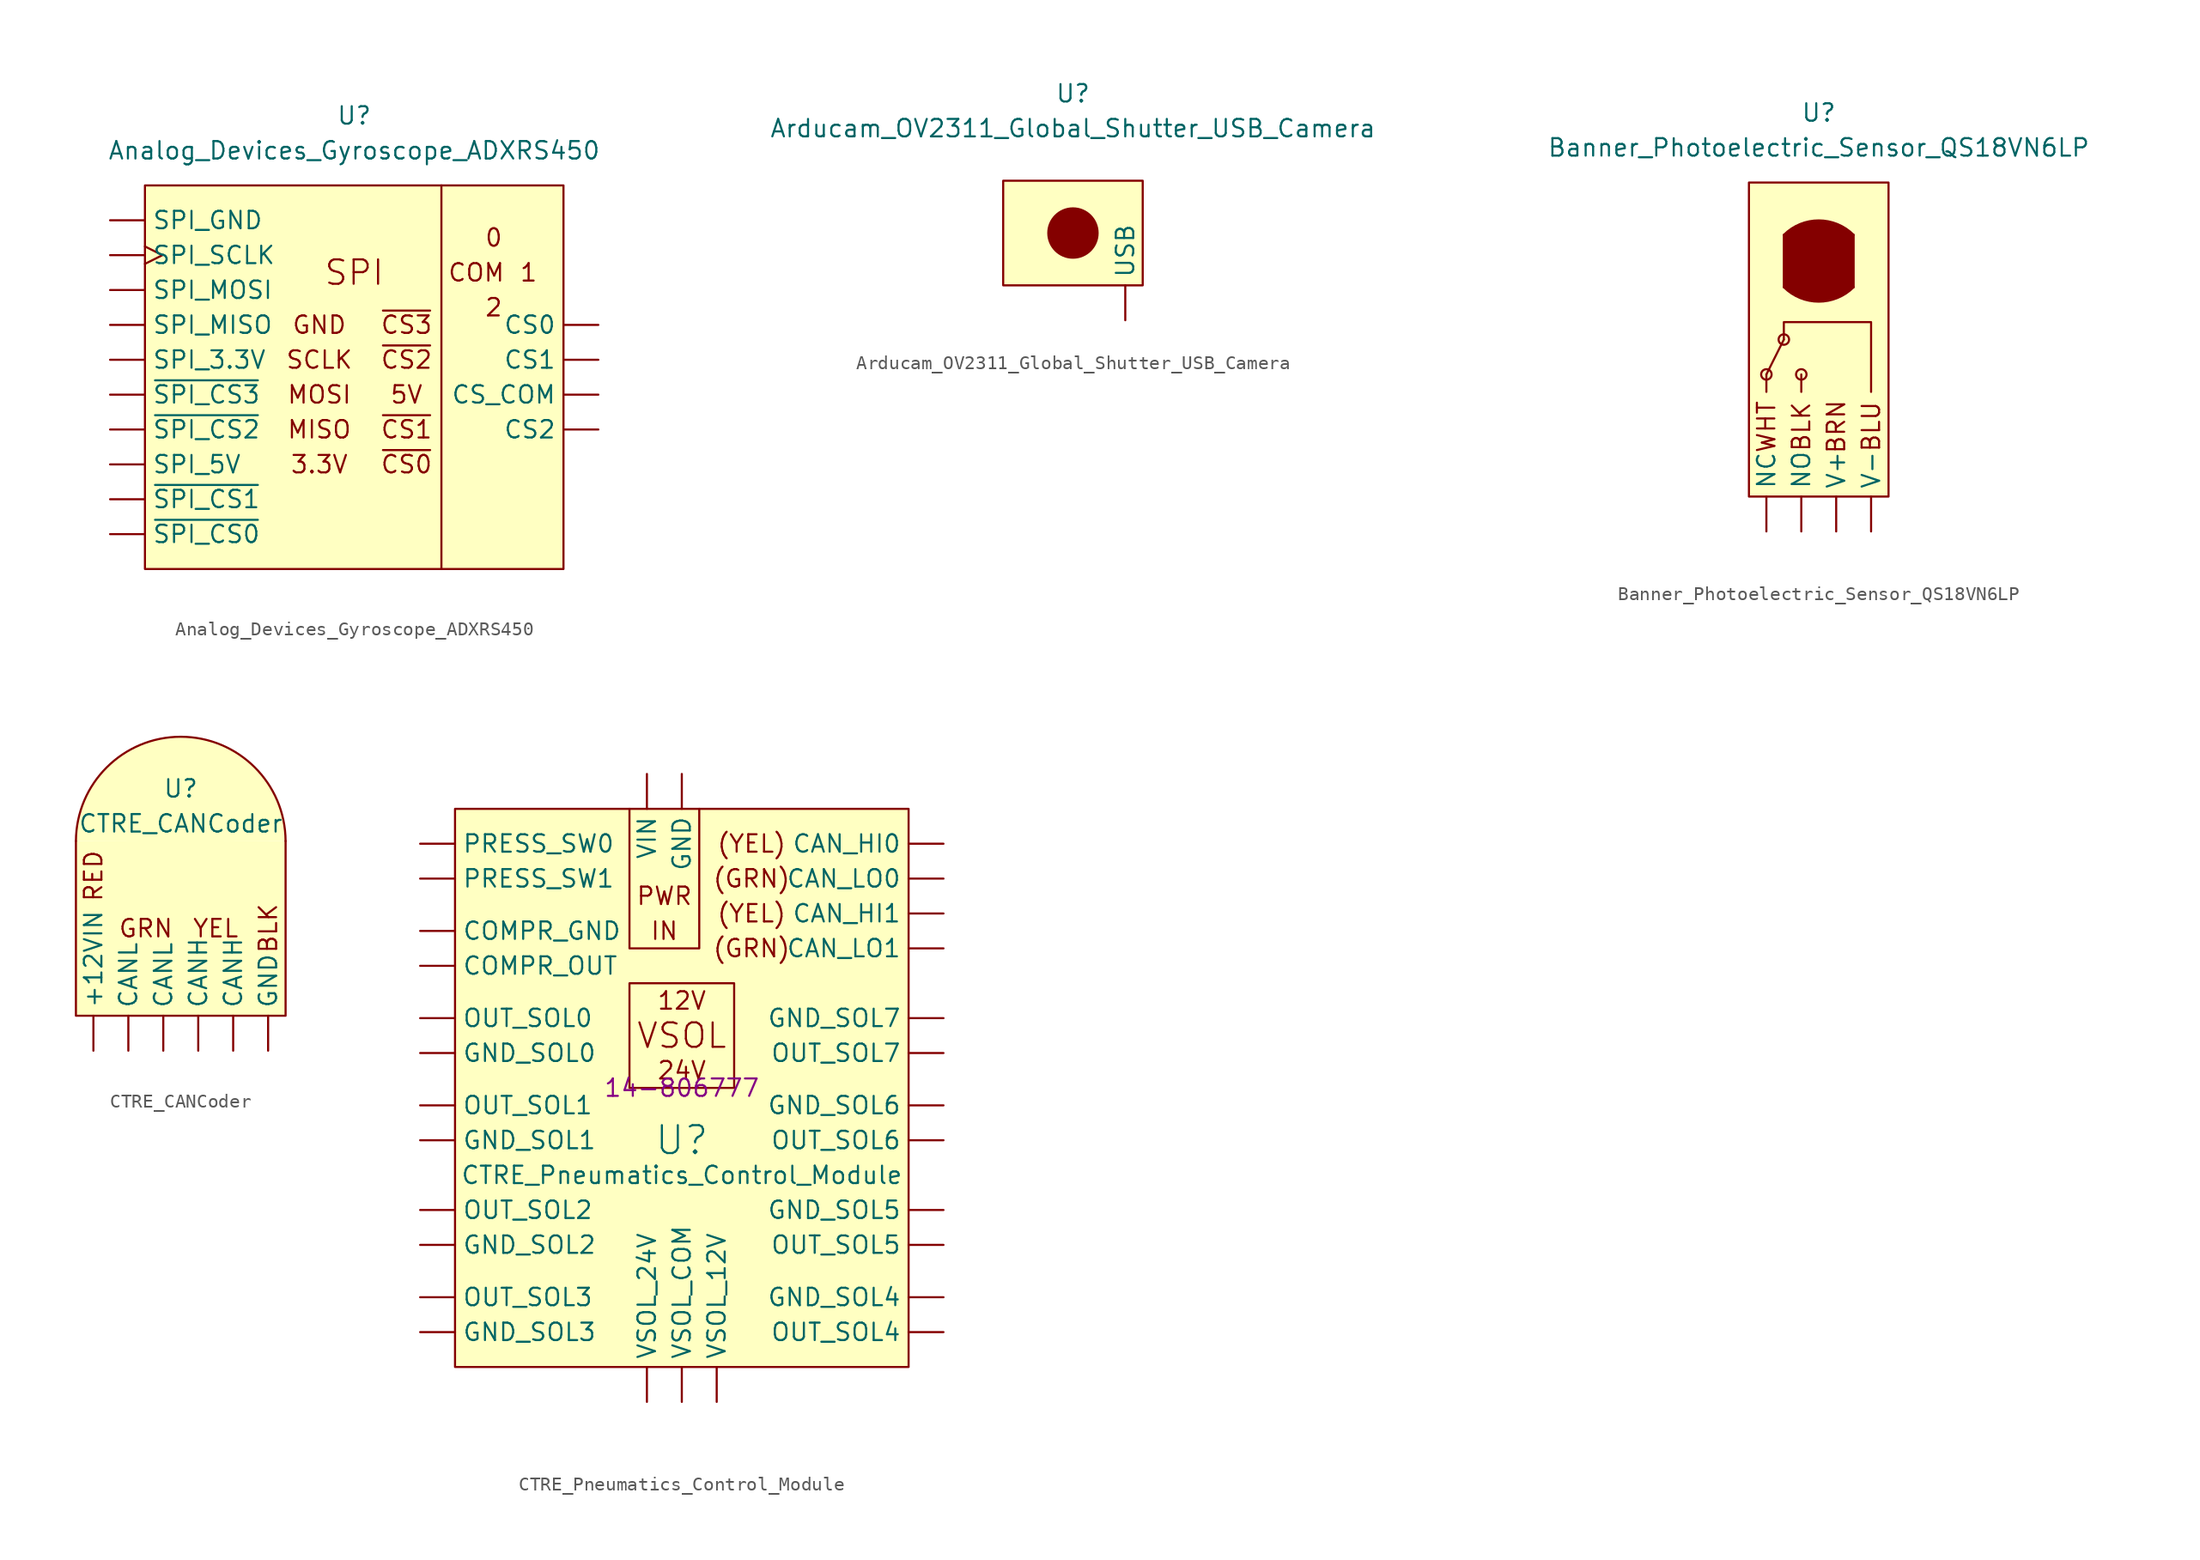
<source format=kicad_sym>
(kicad_symbol_lib
  (version 20220914)
  (generator kicad_symbol_editor)
  (symbol "Analog_Devices_Gyroscope_ADXRS450"
    (property "Reference" "U"
      (at 0 0 0)
      (effects (font (size 1.27 1.27))))
    (property "Value" "Analog_Devices_Gyroscope_ADXRS450"
      (at 0 -2.54 0)
      (effects (font (size 1.27 1.27))))
    (symbol "Analog_Devices_Gyroscope_ADXRS450_0_0"
      (polyline (pts (xy 6.35 -5.08) (xy 6.35 -33.02)) (stroke (width 0) (type default)) (fill (type none)))
      (text "0" (at 10.16 -8.89 0) (effects (font (size 1.27 1.27))))
      (text "1" (at 12.7 -11.43 0) (effects (font (size 1.27 1.27))))
      (text "2" (at 10.16 -13.97 0) (effects (font (size 1.27 1.27))))
      (text "3.3V" (at -2.54 -25.4 0) (effects (font (size 1.27 1.27))))
      (text "5V" (at 3.81 -20.32 0) (effects (font (size 1.27 1.27))))
      (text "COM" (at 8.89 -11.43 0) (effects (font (size 1.27 1.27))))
      (text "GND" (at -2.54 -15.24 0) (effects (font (size 1.27 1.27))))
      (text "MISO" (at -2.54 -22.86 0) (effects (font (size 1.27 1.27))))
      (text "MOSI" (at -2.54 -20.32 0) (effects (font (size 1.27 1.27))))
      (text "SCLK" (at -2.54 -17.78 0) (effects (font (size 1.27 1.27))))
      (text "SPI" (at 0 -11.43 0) (effects (font (size 1.778 1.778))))
      (text "~{CS0}" (at 3.81 -25.4 0) (effects (font (size 1.27 1.27))))
      (text "~{CS1}" (at 3.81 -22.86 0) (effects (font (size 1.27 1.27))))
      (text "~{CS2}" (at 3.81 -17.78 0) (effects (font (size 1.27 1.27))))
      (text "~{CS3}" (at 3.81 -15.24 0) (effects (font (size 1.27 1.27)))))
    (symbol "Analog_Devices_Gyroscope_ADXRS450_0_1"
      (rectangle (start -15.24 -5.08) (end 15.24 -33.02) (stroke (width 0) (type default)) (fill (type background))))
    (symbol "Analog_Devices_Gyroscope_ADXRS450_1_1"
      (pin unspecified line (at 17.78 -15.24 180) (length 2.54) (name "CS0" (effects (font (size 1.27 1.27)))) (number "" (effects (font (size 1.27 1.27)))))
      (pin unspecified line (at 17.78 -17.78 180) (length 2.54) (name "CS1" (effects (font (size 1.27 1.27)))) (number "" (effects (font (size 1.27 1.27)))))
      (pin unspecified line (at 17.78 -22.86 180) (length 2.54) (name "CS2" (effects (font (size 1.27 1.27)))) (number "" (effects (font (size 1.27 1.27)))))
      (pin unspecified line (at 17.78 -20.32 180) (length 2.54) (name "CS_COM" (effects (font (size 1.27 1.27)))) (number "" (effects (font (size 1.27 1.27)))))
      (pin power_in line (at -17.78 -17.78 0) (length 2.54) (name "SPI_3.3V" (effects (font (size 1.27 1.27)))) (number "" (effects (font (size 1.27 1.27)))))
      (pin power_in line (at -17.78 -25.4 0) (length 2.54) (name "SPI_5V" (effects (font (size 1.27 1.27)))) (number "" (effects (font (size 1.27 1.27)))))
      (pin power_in line (at -17.78 -7.62 0) (length 2.54) (name "SPI_GND" (effects (font (size 1.27 1.27)))) (number "" (effects (font (size 1.27 1.27)))))
      (pin output line (at -17.78 -15.24 0) (length 2.54) (name "SPI_MISO" (effects (font (size 1.27 1.27)))) (number "" (effects (font (size 1.27 1.27)))))
      (pin input line (at -17.78 -12.7 0) (length 2.54) (name "SPI_MOSI" (effects (font (size 1.27 1.27)))) (number "" (effects (font (size 1.27 1.27)))))
      (pin input clock (at -17.78 -10.16 0) (length 2.54) (name "SPI_SCLK" (effects (font (size 1.27 1.27)))) (number "" (effects (font (size 1.27 1.27)))))
      (pin input line (at -17.78 -30.48 0) (length 2.54) (name "~{SPI_CS0}" (effects (font (size 1.27 1.27)))) (number "" (effects (font (size 1.27 1.27)))))
      (pin input line (at -17.78 -27.94 0) (length 2.54) (name "~{SPI_CS1}" (effects (font (size 1.27 1.27)))) (number "" (effects (font (size 1.27 1.27)))))
      (pin input line (at -17.78 -22.86 0) (length 2.54) (name "~{SPI_CS2}" (effects (font (size 1.27 1.27)))) (number "" (effects (font (size 1.27 1.27)))))
      (pin input line (at -17.78 -20.32 0) (length 2.54) (name "~{SPI_CS3}" (effects (font (size 1.27 1.27)))) (number "" (effects (font (size 1.27 1.27)))))))
  (symbol "Arducam_OV2311_Global_Shutter_USB_Camera"
    (property "Reference" "U"
      (at 0 0 0)
      (effects (font (size 1.27 1.27))))
    (property "Value" "Arducam_OV2311_Global_Shutter_USB_Camera"
      (at 0 -2.54 0)
      (effects (font (size 1.27 1.27))))
    (symbol "Arducam_OV2311_Global_Shutter_USB_Camera_0_1"
      (rectangle (start -5.08 -6.35) (end 5.08 -13.97) (stroke (width 0) (type default)) (fill (type background)))
      (circle (center 0 -10.16) (radius 1.796) (stroke (width 0) (type default)) (fill (type outline))))
    (symbol "Arducam_OV2311_Global_Shutter_USB_Camera_1_1"
      (pin bidirectional line (at 3.81 -16.51 90) (length 2.54) (name "USB" (effects (font (size 1.27 1.27)))) (number "" (effects (font (size 1.27 1.27)))))))
  (symbol "Banner_Photoelectric_Sensor_QS18VN6LP"
    (property "Reference" "U"
      (at 0 0 0)
      (effects (font (size 1.27 1.27))))
    (property "Value" "Banner_Photoelectric_Sensor_QS18VN6LP"
      (at 0 -2.54 0)
      (effects (font (size 1.27 1.27))))
    (symbol "Banner_Photoelectric_Sensor_QS18VN6LP_0_0"
      (rectangle (start -5.08 -5.08) (end 5.08 -27.94) (stroke (width 0) (type default)) (fill (type background)))
      (arc (start -2.54 -12.7) (mid 0 -13.7521) (end 2.54 -12.7) (stroke (width 0) (type default)) (fill (type outline)))
      (rectangle (start -2.54 -8.89) (end 2.54 -12.7) (stroke (width 0) (type default)) (fill (type outline)))
      (arc (start 2.54 -8.89) (mid 0 -7.8379) (end -2.54 -8.89) (stroke (width 0) (type default)) (fill (type outline)))
      (text "BLK" (at -1.27 -22.86 900) (effects (font (size 1.27 1.27))))
      (text "BLU" (at 3.81 -22.86 900) (effects (font (size 1.27 1.27))))
      (text "BRN" (at 1.27 -22.86 900) (effects (font (size 1.27 1.27))))
      (text "WHT" (at -3.81 -22.86 900) (effects (font (size 1.27 1.27)))))
    (symbol "Banner_Photoelectric_Sensor_QS18VN6LP_0_1"
      (circle (center -3.81 -19.05) (radius 0.381) (stroke (width 0) (type default)) (fill (type none)))
      (circle (center -2.54 -16.51) (radius 0.381) (stroke (width 0) (type default)) (fill (type none)))
      (circle (center -1.27 -19.05) (radius 0.381) (stroke (width 0) (type default)) (fill (type none)))
      (polyline (pts (xy -3.81 -20.32) (xy -3.81 -19.05)) (stroke (width 0) (type default)) (fill (type none)))
      (polyline (pts (xy -2.54 -16.51) (xy -3.81 -19.05)) (stroke (width 0) (type default)) (fill (type none)))
      (polyline (pts (xy -1.27 -20.32) (xy -1.27 -19.05)) (stroke (width 0) (type default)) (fill (type none)))
      (polyline (pts (xy -2.54 -16.51) (xy -2.54 -15.24) (xy 3.81 -15.24) (xy 3.81 -20.32)) (stroke (width 0) (type default)) (fill (type none))))
    (symbol "Banner_Photoelectric_Sensor_QS18VN6LP_1_1"
      (pin output line (at -3.81 -30.48 90) (length 2.54) (name "NC" (effects (font (size 1.27 1.27)))) (number "" (effects (font (size 1.27 1.27)))))
      (pin output line (at -1.27 -30.48 90) (length 2.54) (name "NO" (effects (font (size 1.27 1.27)))) (number "" (effects (font (size 1.27 1.27)))))
      (pin power_in line (at 1.27 -30.48 90) (length 2.54) (name "V+" (effects (font (size 1.27 1.27)))) (number "" (effects (font (size 1.27 1.27)))))
      (pin power_in line (at 3.81 -30.48 90) (length 2.54) (name "V-" (effects (font (size 1.27 1.27)))) (number "" (effects (font (size 1.27 1.27)))))))
  (symbol "CTRE_CANCoder"
    (property "Reference" "U"
      (at 0 -2.54 0)
      (effects (font (size 1.27 1.27))))
    (property "Value" "CTRE_CANCoder"
      (at 0 -5.08 0)
      (effects (font (size 1.27 1.27))))
    (symbol "CTRE_CANCoder_0_0"
      (text "BLK" (at 6.35 -12.7 900) (effects (font (size 1.27 1.27))))
      (text "GRN" (at -2.54 -12.7 0) (effects (font (size 1.27 1.27))))
      (text "RED" (at -6.35 -8.89 900) (effects (font (size 1.27 1.27))))
      (text "YEL" (at 2.54 -12.7 0) (effects (font (size 1.27 1.27)))))
    (symbol "CTRE_CANCoder_0_1"
      (polyline (pts (xy -7.62 -6.35) (xy -7.62 -19.05) (xy 7.62 -19.05) (xy 7.62 -6.35)) (stroke (width 0) (type default)) (fill (type background)))
      (arc (start 7.62 -6.35) (mid 0 1.2311) (end -7.62 -6.35) (stroke (width 0) (type default)) (fill (type background))))
    (symbol "CTRE_CANCoder_1_1"
      (pin power_in line (at -6.35 -21.59 90) (length 2.54) (name "+12VIN" (effects (font (size 1.27 1.27)))) (number "" (effects (font (size 1.27 1.27)))))
      (pin bidirectional line (at 1.27 -21.59 90) (length 2.54) (name "CANH" (effects (font (size 1.27 1.27)))) (number "" (effects (font (size 1.27 1.27)))))
      (pin bidirectional line (at 3.81 -21.59 90) (length 2.54) (name "CANH" (effects (font (size 1.27 1.27)))) (number "" (effects (font (size 1.27 1.27)))))
      (pin bidirectional line (at -3.81 -21.59 90) (length 2.54) (name "CANL" (effects (font (size 1.27 1.27)))) (number "" (effects (font (size 1.27 1.27)))))
      (pin bidirectional line (at -1.27 -21.59 90) (length 2.54) (name "CANL" (effects (font (size 1.27 1.27)))) (number "" (effects (font (size 1.27 1.27)))))
      (pin power_in line (at 6.35 -21.59 90) (length 2.54) (name "GND" (effects (font (size 1.27 1.27)))) (number "" (effects (font (size 1.27 1.27)))))))
  (symbol "CTRE_Pneumatics_Control_Module"
    (property "Reference" "U"
      (at 0 -3.81 0)
      (effects (font (size 2.032 2.032))))
    (property "Value" "CTRE_Pneumatics_Control_Module"
      (at 0 -6.35 0)
      (effects (font (size 1.27 1.27))))
    (property "MPN" "14-806777"
      (at 0 0 0)
      (effects (font (size 1.27 1.27))))
    (symbol "CTRE_Pneumatics_Control_Module_0_0"
      (rectangle (start -16.51 20.32) (end 16.51 -20.32) (stroke (width 0) (type default)) (fill (type background)))
      (rectangle (start -3.81 7.62) (end 3.81 0) (stroke (width 0) (type default)) (fill (type none)))
      (polyline (pts (xy 1.27 20.32) (xy 1.27 10.16) (xy -3.81 10.16) (xy -3.81 20.32)) (stroke (width 0) (type default)) (fill (type none)))
      (text "(GRN)" (at 5.08 10.16 0) (effects (font (size 1.27 1.27))))
      (text "(GRN)" (at 5.08 15.24 0) (effects (font (size 1.27 1.27))))
      (text "(YEL)" (at 5.08 12.7 0) (effects (font (size 1.27 1.27))))
      (text "(YEL)" (at 5.08 17.78 0) (effects (font (size 1.27 1.27))))
      (text "12V" (at 0 6.35 0) (effects (font (size 1.27 1.27))))
      (text "24V" (at 0 1.27 0) (effects (font (size 1.27 1.27))))
      (text "IN" (at -1.27 11.43 0) (effects (font (size 1.27 1.27))))
      (text "PWR" (at -1.27 13.97 0) (effects (font (size 1.27 1.27))))
      (text "VSOL" (at 0 3.81 0) (effects (font (size 1.778 1.778)))))
    (symbol "CTRE_Pneumatics_Control_Module_1_1"
      (pin bidirectional line (at 19.05 17.78 180) (length 2.54) (name "CAN_HI0" (effects (font (size 1.27 1.27)))) (number "" (effects (font (size 1.27 1.27)))))
      (pin bidirectional line (at 19.05 12.7 180) (length 2.54) (name "CAN_HI1" (effects (font (size 1.27 1.27)))) (number "" (effects (font (size 1.27 1.27)))))
      (pin bidirectional line (at 19.05 15.24 180) (length 2.54) (name "CAN_LO0" (effects (font (size 1.27 1.27)))) (number "" (effects (font (size 1.27 1.27)))))
      (pin bidirectional line (at 19.05 10.16 180) (length 2.54) (name "CAN_LO1" (effects (font (size 1.27 1.27)))) (number "" (effects (font (size 1.27 1.27)))))
      (pin power_out line (at -19.05 11.43 0) (length 2.54) (name "COMPR_GND" (effects (font (size 1.27 1.27)))) (number "" (effects (font (size 1.27 1.27)))))
      (pin output line (at -19.05 8.89 0) (length 2.54) (name "COMPR_OUT" (effects (font (size 1.27 1.27)))) (number "" (effects (font (size 1.27 1.27)))))
      (pin power_in line (at 0 22.86 270) (length 2.54) (name "GND" (effects (font (size 1.27 1.27)))) (number "" (effects (font (size 1.27 1.27)))))
      (pin power_out line (at -19.05 2.54 0) (length 2.54) (name "GND_SOL0" (effects (font (size 1.27 1.27)))) (number "" (effects (font (size 1.27 1.27)))))
      (pin power_out line (at -19.05 -3.81 0) (length 2.54) (name "GND_SOL1" (effects (font (size 1.27 1.27)))) (number "" (effects (font (size 1.27 1.27)))))
      (pin power_out line (at -19.05 -11.43 0) (length 2.54) (name "GND_SOL2" (effects (font (size 1.27 1.27)))) (number "" (effects (font (size 1.27 1.27)))))
      (pin power_out line (at -19.05 -17.78 0) (length 2.54) (name "GND_SOL3" (effects (font (size 1.27 1.27)))) (number "" (effects (font (size 1.27 1.27)))))
      (pin power_out line (at 19.05 -15.24 180) (length 2.54) (name "GND_SOL4" (effects (font (size 1.27 1.27)))) (number "" (effects (font (size 1.27 1.27)))))
      (pin power_out line (at 19.05 -8.89 180) (length 2.54) (name "GND_SOL5" (effects (font (size 1.27 1.27)))) (number "" (effects (font (size 1.27 1.27)))))
      (pin power_out line (at 19.05 -1.27 180) (length 2.54) (name "GND_SOL6" (effects (font (size 1.27 1.27)))) (number "" (effects (font (size 1.27 1.27)))))
      (pin power_out line (at 19.05 5.08 180) (length 2.54) (name "GND_SOL7" (effects (font (size 1.27 1.27)))) (number "" (effects (font (size 1.27 1.27)))))
      (pin output line (at -19.05 5.08 0) (length 2.54) (name "OUT_SOL0" (effects (font (size 1.27 1.27)))) (number "" (effects (font (size 1.27 1.27)))))
      (pin output line (at -19.05 -1.27 0) (length 2.54) (name "OUT_SOL1" (effects (font (size 1.27 1.27)))) (number "" (effects (font (size 1.27 1.27)))))
      (pin output line (at -19.05 -8.89 0) (length 2.54) (name "OUT_SOL2" (effects (font (size 1.27 1.27)))) (number "" (effects (font (size 1.27 1.27)))))
      (pin output line (at -19.05 -15.24 0) (length 2.54) (name "OUT_SOL3" (effects (font (size 1.27 1.27)))) (number "" (effects (font (size 1.27 1.27)))))
      (pin output line (at 19.05 -17.78 180) (length 2.54) (name "OUT_SOL4" (effects (font (size 1.27 1.27)))) (number "" (effects (font (size 1.27 1.27)))))
      (pin output line (at 19.05 -11.43 180) (length 2.54) (name "OUT_SOL5" (effects (font (size 1.27 1.27)))) (number "" (effects (font (size 1.27 1.27)))))
      (pin output line (at 19.05 -3.81 180) (length 2.54) (name "OUT_SOL6" (effects (font (size 1.27 1.27)))) (number "" (effects (font (size 1.27 1.27)))))
      (pin output line (at 19.05 2.54 180) (length 2.54) (name "OUT_SOL7" (effects (font (size 1.27 1.27)))) (number "" (effects (font (size 1.27 1.27)))))
      (pin unspecified line (at -19.05 17.78 0) (length 2.54) (name "PRESS_SW0" (effects (font (size 1.27 1.27)))) (number "" (effects (font (size 1.27 1.27)))))
      (pin unspecified line (at -19.05 15.24 0) (length 2.54) (name "PRESS_SW1" (effects (font (size 1.27 1.27)))) (number "" (effects (font (size 1.27 1.27)))))
      (pin power_in line (at -2.54 22.86 270) (length 2.54) (name "VIN" (effects (font (size 1.27 1.27)))) (number "" (effects (font (size 1.27 1.27)))))
      (pin bidirectional line (at 2.54 -22.86 90) (length 2.54) (name "VSOL_12V" (effects (font (size 1.27 1.27)))) (number "" (effects (font (size 1.27 1.27)))))
      (pin bidirectional line (at -2.54 -22.86 90) (length 2.54) (name "VSOL_24V" (effects (font (size 1.27 1.27)))) (number "" (effects (font (size 1.27 1.27)))))
      (pin bidirectional line (at 0 -22.86 90) (length 2.54) (name "VSOL_COM" (effects (font (size 1.27 1.27)))) (number "" (effects (font (size 1.27 1.27))))))))
</source>
